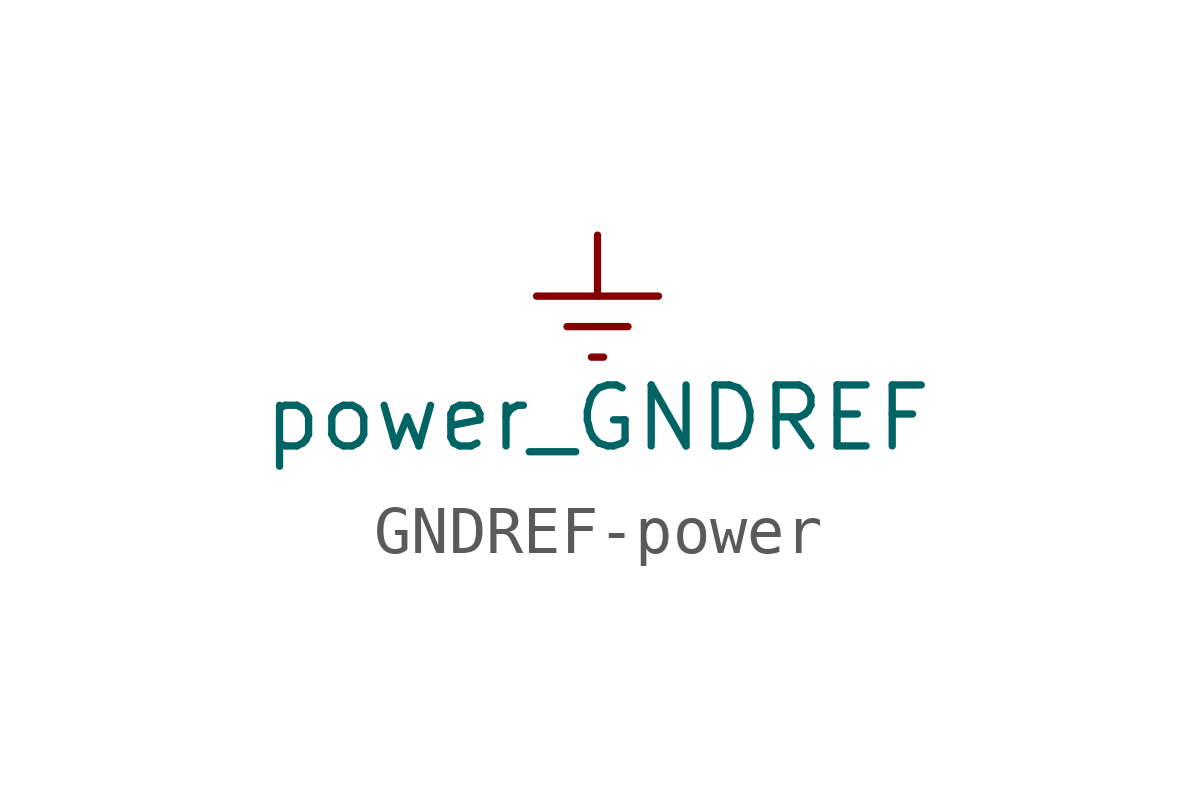
<source format=kicad_sym>
(kicad_symbol_lib
  (version 20241209)
  (generator "kicad_symbol_editor")
  (generator_version "9.0")
  (symbol "GNDREF-power"
    (power)
    (pin_names
      (offset 0))
    (property "Reference" "#PWR"
      (at 0 -6.35 0)
      (effects (font (size 1.27 1.27)) (hide yes)))
    (property "Value" "power_GNDREF"
      (at 0 -3.81 0)
      (effects (font (size 1.27 1.27))))
    (symbol "GNDREF-power_0_1"
      (polyline (pts (xy -0.635 -1.905) (xy 0.635 -1.905)) (stroke (width 0) (type solid)) (fill (type none)))
      (polyline (pts (xy -0.127 -2.54) (xy 0.127 -2.54)) (stroke (width 0) (type solid)) (fill (type none)))
      (polyline (pts (xy 0 -1.27) (xy 0 0)) (stroke (width 0) (type solid)) (fill (type none)))
      (polyline (pts (xy 1.27 -1.27) (xy -1.27 -1.27)) (stroke (width 0) (type solid)) (fill (type none))))
    (symbol "GNDREF-power_1_1"
      (pin power_in line (at 0 0 270) (length 0) (hide yes) (name "GNDREF" (effects (font (size 1.27 1.27)))) (number "1" (effects (font (size 1.27 1.27))))))))
</source>
